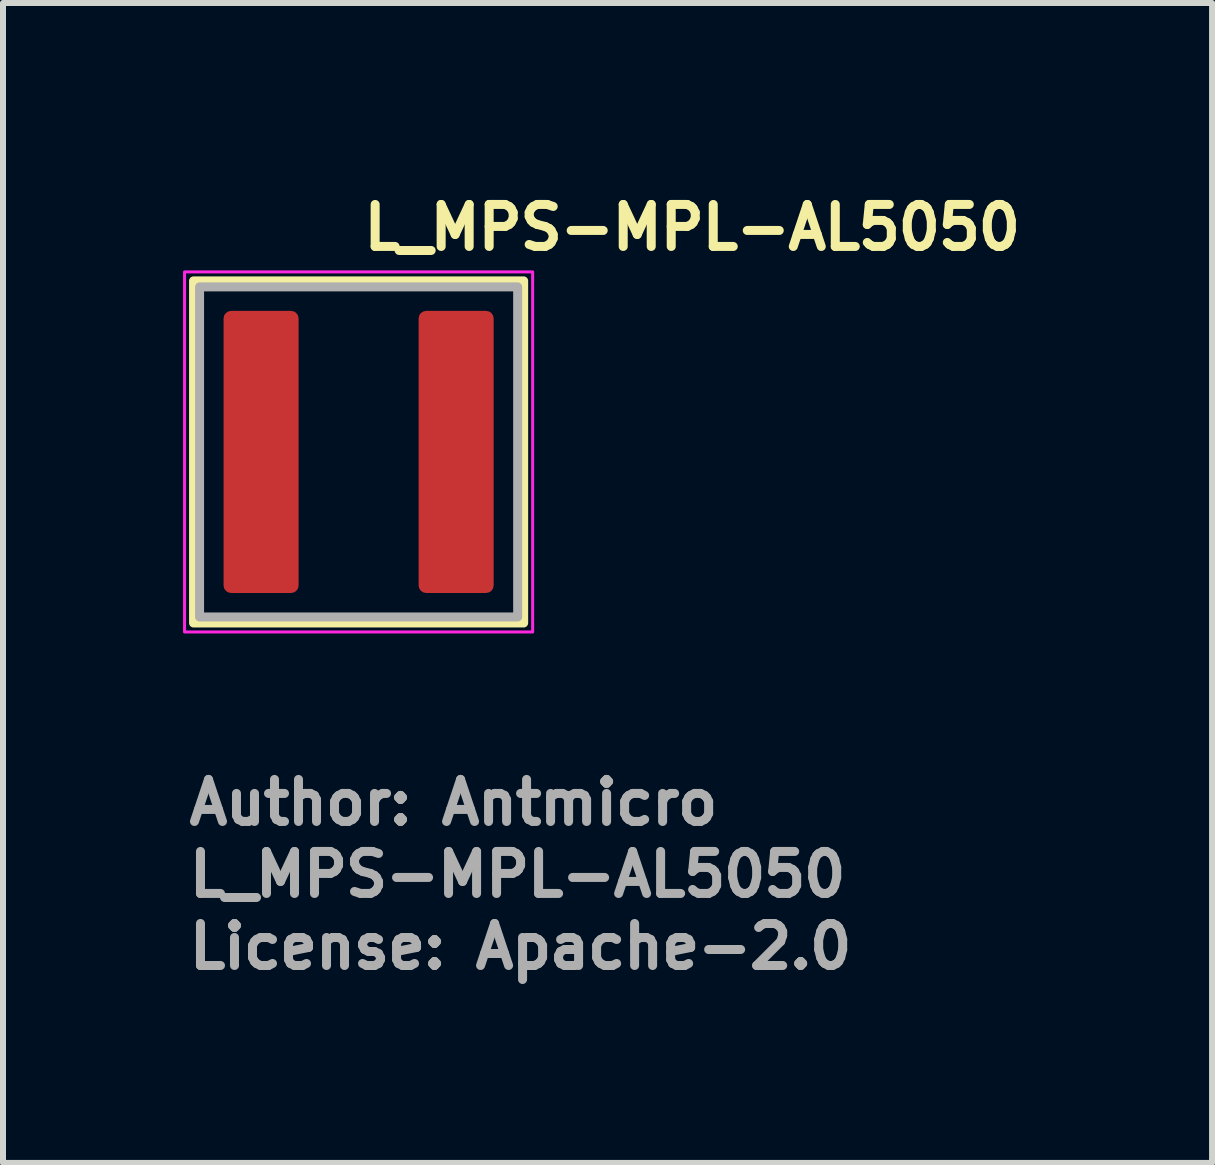
<source format=kicad_pcb>
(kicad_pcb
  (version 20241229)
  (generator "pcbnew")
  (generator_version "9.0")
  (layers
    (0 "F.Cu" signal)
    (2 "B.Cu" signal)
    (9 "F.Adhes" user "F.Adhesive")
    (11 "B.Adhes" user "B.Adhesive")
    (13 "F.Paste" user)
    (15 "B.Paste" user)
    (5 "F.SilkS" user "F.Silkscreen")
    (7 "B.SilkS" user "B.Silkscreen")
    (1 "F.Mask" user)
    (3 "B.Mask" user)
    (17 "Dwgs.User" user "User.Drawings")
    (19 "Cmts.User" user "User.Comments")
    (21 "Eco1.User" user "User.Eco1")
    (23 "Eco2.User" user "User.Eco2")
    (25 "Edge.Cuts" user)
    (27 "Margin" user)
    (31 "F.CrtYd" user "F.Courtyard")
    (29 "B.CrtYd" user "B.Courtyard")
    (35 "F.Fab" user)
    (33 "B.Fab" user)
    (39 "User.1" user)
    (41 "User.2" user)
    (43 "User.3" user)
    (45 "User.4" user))
  (footprint "L_MPS-MPL-AL5050"
    (layer "F.Cu")
    (at 2.925 4.48)
    (property "Reference" "L_MPS-MPL-AL5050" (at 0.01 -3.33 0) (layer "F.SilkS") (effects (font (size 0.7 0.7) (thickness 0.15)) (justify left bottom)))
    (attr smd)
    (fp_rect (start -2.75 -2.85) (end 2.75 2.85) (stroke (width 0.15) (type solid)) (fill no) (layer "F.SilkS"))
    (fp_rect (start -2.9 -3) (end 2.9 3) (stroke (width 0.05) (type solid)) (fill no) (layer "F.CrtYd"))
    (fp_rect (start -2.65 -2.75) (end 2.65 2.75) (stroke (width 0.15) (type solid)) (fill no) (layer "F.Fab"))
    (fp_rect (start -2.65 -2.75) (end 2.65 2.75) (stroke (width 0.1) (type solid)) (fill no) (layer "User.5"))
    (fp_line (start -2.65 -2.549) (end -2.65 2.549) (stroke (width 0.02) (type solid)) (layer "User.9"))
    (fp_line (start -2.65 2.549) (end -2.649 2.559) (stroke (width 0.02) (type solid)) (layer "User.9"))
    (fp_line (start -2.649 -2.569) (end -2.649 -2.559) (stroke (width 0.02) (type solid)) (layer "User.9"))
    (fp_line (start -2.649 -2.559) (end -2.65 -2.549) (stroke (width 0.02) (type solid)) (layer "User.9"))
    (fp_line (start -2.649 2.559) (end -2.649 2.569) (stroke (width 0.02) (type solid)) (layer "User.9"))
    (fp_line (start -2.649 2.569) (end -2.647 2.579) (stroke (width 0.02) (type solid)) (layer "User.9"))
    (fp_line (start -2.647 -2.579) (end -2.649 -2.569) (stroke (width 0.02) (type solid)) (layer "User.9"))
    (fp_line (start -2.647 2.579) (end -2.645 2.589) (stroke (width 0.02) (type solid)) (layer "User.9"))
    (fp_line (start -2.645 -2.589) (end -2.647 -2.579) (stroke (width 0.02) (type solid)) (layer "User.9"))
    (fp_line (start -2.645 2.589) (end -2.642 2.598) (stroke (width 0.02) (type solid)) (layer "User.9"))
    (fp_line (start -2.642 -2.598) (end -2.645 -2.589) (stroke (width 0.02) (type solid)) (layer "User.9"))
    (fp_line (start -2.642 2.598) (end -2.641 2.608) (stroke (width 0.02) (type solid)) (layer "User.9"))
    (fp_line (start -2.641 -2.608) (end -2.642 -2.598) (stroke (width 0.02) (type solid)) (layer "User.9"))
    (fp_line (start -2.641 2.608) (end -2.637 2.617) (stroke (width 0.02) (type solid)) (layer "User.9"))
    (fp_line (start -2.637 -2.617) (end -2.641 -2.608) (stroke (width 0.02) (type solid)) (layer "User.9"))
    (fp_line (start -2.637 2.617) (end -2.633 2.626) (stroke (width 0.02) (type solid)) (layer "User.9"))
    (fp_line (start -2.633 -2.626) (end -2.637 -2.617) (stroke (width 0.02) (type solid)) (layer "User.9"))
    (fp_line (start -2.633 2.626) (end -2.629 2.634) (stroke (width 0.02) (type solid)) (layer "User.9"))
    (fp_line (start -2.629 -2.634) (end -2.633 -2.626) (stroke (width 0.02) (type solid)) (layer "User.9"))
    (fp_line (start -2.629 2.634) (end -2.625 2.644) (stroke (width 0.02) (type solid)) (layer "User.9"))
    (fp_line (start -2.625 -2.644) (end -2.629 -2.634) (stroke (width 0.02) (type solid)) (layer "User.9"))
    (fp_line (start -2.625 2.644) (end -2.621 2.652) (stroke (width 0.02) (type solid)) (layer "User.9"))
    (fp_line (start -2.621 -2.652) (end -2.625 -2.644) (stroke (width 0.02) (type solid)) (layer "User.9"))
    (fp_line (start -2.621 2.652) (end -2.616 2.66) (stroke (width 0.02) (type solid)) (layer "User.9"))
    (fp_line (start -2.616 -2.66) (end -2.621 -2.652) (stroke (width 0.02) (type solid)) (layer "User.9"))
    (fp_line (start -2.616 2.66) (end -2.609 2.668) (stroke (width 0.02) (type solid)) (layer "User.9"))
    (fp_line (start -2.609 -2.668) (end -2.616 -2.66) (stroke (width 0.02) (type solid)) (layer "User.9"))
    (fp_line (start -2.609 2.668) (end -2.604 2.676) (stroke (width 0.02) (type solid)) (layer "User.9"))
    (fp_line (start -2.604 -2.676) (end -2.609 -2.668) (stroke (width 0.02) (type solid)) (layer "User.9"))
    (fp_line (start -2.604 2.676) (end -2.597 2.684) (stroke (width 0.02) (type solid)) (layer "User.9"))
    (fp_line (start -2.597 -2.684) (end -2.604 -2.676) (stroke (width 0.02) (type solid)) (layer "User.9"))
    (fp_line (start -2.597 2.684) (end -2.591 2.691) (stroke (width 0.02) (type solid)) (layer "User.9"))
    (fp_line (start -2.591 -2.691) (end -2.597 -2.684) (stroke (width 0.02) (type solid)) (layer "User.9"))
    (fp_line (start -2.591 -2.691) (end -2.591 -2.691) (stroke (width 0.02) (type solid)) (layer "User.9"))
    (fp_line (start -2.591 2.691) (end -2.591 2.691) (stroke (width 0.02) (type solid)) (layer "User.9"))
    (fp_line (start -2.591 2.691) (end -2.584 2.698) (stroke (width 0.02) (type solid)) (layer "User.9"))
    (fp_line (start -2.584 -2.698) (end -2.591 -2.691) (stroke (width 0.02) (type solid)) (layer "User.9"))
    (fp_line (start -2.584 2.698) (end -2.576 2.704) (stroke (width 0.02) (type solid)) (layer "User.9"))
    (fp_line (start -2.576 -2.704) (end -2.584 -2.698) (stroke (width 0.02) (type solid)) (layer "User.9"))
    (fp_line (start -2.576 2.704) (end -2.568 2.71) (stroke (width 0.02) (type solid)) (layer "User.9"))
    (fp_line (start -2.568 -2.71) (end -2.576 -2.704) (stroke (width 0.02) (type solid)) (layer "User.9"))
    (fp_line (start -2.568 2.71) (end -2.56 2.716) (stroke (width 0.02) (type solid)) (layer "User.9"))
    (fp_line (start -2.56 -2.716) (end -2.568 -2.71) (stroke (width 0.02) (type solid)) (layer "User.9"))
    (fp_line (start -2.56 2.716) (end -2.552 2.721) (stroke (width 0.02) (type solid)) (layer "User.9"))
    (fp_line (start -2.552 -2.721) (end -2.56 -2.716) (stroke (width 0.02) (type solid)) (layer "User.9"))
    (fp_line (start -2.552 2.721) (end -2.544 2.726) (stroke (width 0.02) (type solid)) (layer "User.9"))
    (fp_line (start -2.544 -2.726) (end -2.552 -2.721) (stroke (width 0.02) (type solid)) (layer "User.9"))
    (fp_line (start -2.544 2.726) (end -2.535 2.73) (stroke (width 0.02) (type solid)) (layer "User.9"))
    (fp_line (start -2.535 -2.73) (end -2.544 -2.726) (stroke (width 0.02) (type solid)) (layer "User.9"))
    (fp_line (start -2.535 2.73) (end -2.525 2.734) (stroke (width 0.02) (type solid)) (layer "User.9"))
    (fp_line (start -2.525 -2.734) (end -2.535 -2.73) (stroke (width 0.02) (type solid)) (layer "User.9"))
    (fp_line (start -2.525 2.734) (end -2.516 2.738) (stroke (width 0.02) (type solid)) (layer "User.9"))
    (fp_line (start -2.516 -2.738) (end -2.525 -2.734) (stroke (width 0.02) (type solid)) (layer "User.9"))
    (fp_line (start -2.516 2.738) (end -2.508 2.741) (stroke (width 0.02) (type solid)) (layer "User.9"))
    (fp_line (start -2.508 -2.741) (end -2.516 -2.738) (stroke (width 0.02) (type solid)) (layer "User.9"))
    (fp_line (start -2.508 2.741) (end -2.498 2.743) (stroke (width 0.02) (type solid)) (layer "User.9"))
    (fp_line (start -2.498 -2.743) (end -2.508 -2.741) (stroke (width 0.02) (type solid)) (layer "User.9"))
    (fp_line (start -2.498 2.743) (end -2.488 2.746) (stroke (width 0.02) (type solid)) (layer "User.9"))
    (fp_line (start -2.488 -2.746) (end -2.498 -2.743) (stroke (width 0.02) (type solid)) (layer "User.9"))
    (fp_line (start -2.488 2.746) (end -2.479 2.747) (stroke (width 0.02) (type solid)) (layer "User.9"))
    (fp_line (start -2.479 -2.747) (end -2.488 -2.746) (stroke (width 0.02) (type solid)) (layer "User.9"))
    (fp_line (start -2.479 2.747) (end -2.468 2.749) (stroke (width 0.02) (type solid)) (layer "User.9"))
    (fp_line (start -2.468 -2.749) (end -2.479 -2.747) (stroke (width 0.02) (type solid)) (layer "User.9"))
    (fp_line (start -2.468 2.749) (end -2.459 2.749) (stroke (width 0.02) (type solid)) (layer "User.9"))
    (fp_line (start -2.459 -2.749) (end -2.468 -2.749) (stroke (width 0.02) (type solid)) (layer "User.9"))
    (fp_line (start -2.459 2.749) (end -2.45 2.75) (stroke (width 0.02) (type solid)) (layer "User.9"))
    (fp_line (start -2.45 -2.75) (end -2.459 -2.749) (stroke (width 0.02) (type solid)) (layer "User.9"))
    (fp_line (start -2.45 2.75) (end 2.45 2.75) (stroke (width 0.02) (type solid)) (layer "User.9"))
    (fp_line (start 2.45 -2.75) (end -2.45 -2.75) (stroke (width 0.02) (type solid)) (layer "User.9"))
    (fp_line (start 2.45 2.75) (end 2.458 2.749) (stroke (width 0.02) (type solid)) (layer "User.9"))
    (fp_line (start 2.458 -2.749) (end 2.45 -2.75) (stroke (width 0.02) (type solid)) (layer "User.9"))
    (fp_line (start 2.458 2.749) (end 2.468 2.749) (stroke (width 0.02) (type solid)) (layer "User.9"))
    (fp_line (start 2.468 -2.749) (end 2.458 -2.749) (stroke (width 0.02) (type solid)) (layer "User.9"))
    (fp_line (start 2.468 2.749) (end 2.479 2.747) (stroke (width 0.02) (type solid)) (layer "User.9"))
    (fp_line (start 2.479 -2.747) (end 2.468 -2.749) (stroke (width 0.02) (type solid)) (layer "User.9"))
    (fp_line (start 2.479 2.747) (end 2.489 2.746) (stroke (width 0.02) (type solid)) (layer "User.9"))
    (fp_line (start 2.489 -2.746) (end 2.479 -2.747) (stroke (width 0.02) (type solid)) (layer "User.9"))
    (fp_line (start 2.489 2.746) (end 2.498 2.743) (stroke (width 0.02) (type solid)) (layer "User.9"))
    (fp_line (start 2.498 -2.743) (end 2.489 -2.746) (stroke (width 0.02) (type solid)) (layer "User.9"))
    (fp_line (start 2.498 2.743) (end 2.508 2.741) (stroke (width 0.02) (type solid)) (layer "User.9"))
    (fp_line (start 2.508 -2.741) (end 2.498 -2.743) (stroke (width 0.02) (type solid)) (layer "User.9"))
    (fp_line (start 2.508 2.741) (end 2.516 2.738) (stroke (width 0.02) (type solid)) (layer "User.9"))
    (fp_line (start 2.516 -2.738) (end 2.508 -2.741) (stroke (width 0.02) (type solid)) (layer "User.9"))
    (fp_line (start 2.516 2.738) (end 2.525 2.734) (stroke (width 0.02) (type solid)) (layer "User.9"))
    (fp_line (start 2.525 -2.734) (end 2.516 -2.738) (stroke (width 0.02) (type solid)) (layer "User.9"))
    (fp_line (start 2.525 2.734) (end 2.535 2.73) (stroke (width 0.02) (type solid)) (layer "User.9"))
    (fp_line (start 2.535 -2.73) (end 2.525 -2.734) (stroke (width 0.02) (type solid)) (layer "User.9"))
    (fp_line (start 2.535 2.73) (end 2.543 2.726) (stroke (width 0.02) (type solid)) (layer "User.9"))
    (fp_line (start 2.543 -2.726) (end 2.535 -2.73) (stroke (width 0.02) (type solid)) (layer "User.9"))
    (fp_line (start 2.543 2.726) (end 2.551 2.721) (stroke (width 0.02) (type solid)) (layer "User.9"))
    (fp_line (start 2.551 -2.721) (end 2.543 -2.726) (stroke (width 0.02) (type solid)) (layer "User.9"))
    (fp_line (start 2.551 2.721) (end 2.559 2.716) (stroke (width 0.02) (type solid)) (layer "User.9"))
    (fp_line (start 2.559 -2.716) (end 2.551 -2.721) (stroke (width 0.02) (type solid)) (layer "User.9"))
    (fp_line (start 2.559 2.716) (end 2.567 2.71) (stroke (width 0.02) (type solid)) (layer "User.9"))
    (fp_line (start 2.567 -2.71) (end 2.559 -2.716) (stroke (width 0.02) (type solid)) (layer "User.9"))
    (fp_line (start 2.567 2.71) (end 2.575 2.704) (stroke (width 0.02) (type solid)) (layer "User.9"))
    (fp_line (start 2.575 -2.704) (end 2.567 -2.71) (stroke (width 0.02) (type solid)) (layer "User.9"))
    (fp_line (start 2.575 2.704) (end 2.583 2.698) (stroke (width 0.02) (type solid)) (layer "User.9"))
    (fp_line (start 2.583 -2.698) (end 2.575 -2.704) (stroke (width 0.02) (type solid)) (layer "User.9"))
    (fp_line (start 2.583 2.698) (end 2.591 2.691) (stroke (width 0.02) (type solid)) (layer "User.9"))
    (fp_line (start 2.591 -2.691) (end 2.583 -2.698) (stroke (width 0.02) (type solid)) (layer "User.9"))
    (fp_line (start 2.591 -2.691) (end 2.591 -2.691) (stroke (width 0.02) (type solid)) (layer "User.9"))
    (fp_line (start 2.591 2.691) (end 2.591 2.691) (stroke (width 0.02) (type solid)) (layer "User.9"))
    (fp_line (start 2.591 2.691) (end 2.598 2.684) (stroke (width 0.02) (type solid)) (layer "User.9"))
    (fp_line (start 2.598 -2.684) (end 2.591 -2.691) (stroke (width 0.02) (type solid)) (layer "User.9"))
    (fp_line (start 2.598 2.684) (end 2.604 2.676) (stroke (width 0.02) (type solid)) (layer "User.9"))
    (fp_line (start 2.604 -2.676) (end 2.598 -2.684) (stroke (width 0.02) (type solid)) (layer "User.9"))
    (fp_line (start 2.604 2.676) (end 2.609 2.668) (stroke (width 0.02) (type solid)) (layer "User.9"))
    (fp_line (start 2.609 -2.668) (end 2.604 -2.676) (stroke (width 0.02) (type solid)) (layer "User.9"))
    (fp_line (start 2.609 2.668) (end 2.615 2.66) (stroke (width 0.02) (type solid)) (layer "User.9"))
    (fp_line (start 2.615 -2.66) (end 2.609 -2.668) (stroke (width 0.02) (type solid)) (layer "User.9"))
    (fp_line (start 2.615 2.66) (end 2.621 2.652) (stroke (width 0.02) (type solid)) (layer "User.9"))
    (fp_line (start 2.621 -2.652) (end 2.615 -2.66) (stroke (width 0.02) (type solid)) (layer "User.9"))
    (fp_line (start 2.621 2.652) (end 2.625 2.644) (stroke (width 0.02) (type solid)) (layer "User.9"))
    (fp_line (start 2.625 -2.644) (end 2.621 -2.652) (stroke (width 0.02) (type solid)) (layer "User.9"))
    (fp_line (start 2.625 2.644) (end 2.63 2.634) (stroke (width 0.02) (type solid)) (layer "User.9"))
    (fp_line (start 2.63 -2.634) (end 2.625 -2.644) (stroke (width 0.02) (type solid)) (layer "User.9"))
    (fp_line (start 2.63 2.634) (end 2.634 2.626) (stroke (width 0.02) (type solid)) (layer "User.9"))
    (fp_line (start 2.634 -2.626) (end 2.63 -2.634) (stroke (width 0.02) (type solid)) (layer "User.9"))
    (fp_line (start 2.634 2.626) (end 2.638 2.617) (stroke (width 0.02) (type solid)) (layer "User.9"))
    (fp_line (start 2.638 -2.617) (end 2.634 -2.626) (stroke (width 0.02) (type solid)) (layer "User.9"))
    (fp_line (start 2.638 2.617) (end 2.641 2.608) (stroke (width 0.02) (type solid)) (layer "User.9"))
    (fp_line (start 2.641 -2.608) (end 2.638 -2.617) (stroke (width 0.02) (type solid)) (layer "User.9"))
    (fp_line (start 2.641 2.608) (end 2.642 2.598) (stroke (width 0.02) (type solid)) (layer "User.9"))
    (fp_line (start 2.642 -2.598) (end 2.641 -2.608) (stroke (width 0.02) (type solid)) (layer "User.9"))
    (fp_line (start 2.642 2.598) (end 2.646 2.589) (stroke (width 0.02) (type solid)) (layer "User.9"))
    (fp_line (start 2.646 -2.589) (end 2.642 -2.598) (stroke (width 0.02) (type solid)) (layer "User.9"))
    (fp_line (start 2.646 2.589) (end 2.647 2.579) (stroke (width 0.02) (type solid)) (layer "User.9"))
    (fp_line (start 2.647 -2.579) (end 2.646 -2.589) (stroke (width 0.02) (type solid)) (layer "User.9"))
    (fp_line (start 2.647 2.579) (end 2.649 2.569) (stroke (width 0.02) (type solid)) (layer "User.9"))
    (fp_line (start 2.649 -2.569) (end 2.647 -2.579) (stroke (width 0.02) (type solid)) (layer "User.9"))
    (fp_line (start 2.649 -2.559) (end 2.649 -2.569) (stroke (width 0.02) (type solid)) (layer "User.9"))
    (fp_line (start 2.649 2.559) (end 2.65 2.549) (stroke (width 0.02) (type solid)) (layer "User.9"))
    (fp_line (start 2.649 2.569) (end 2.649 2.559) (stroke (width 0.02) (type solid)) (layer "User.9"))
    (fp_line (start 2.65 -2.549) (end 2.649 -2.559) (stroke (width 0.02) (type solid)) (layer "User.9"))
    (fp_line (start 2.65 2.549) (end 2.65 -2.549) (stroke (width 0.02) (type solid)) (layer "User.9"))
    (fp_text user "Author: Antmicro" (at -2.9 6.25 0) (layer "F.Fab") (effects (font (size 0.7 0.7) (thickness 0.15)) (justify left bottom)))
    (fp_text user "License: Apache-2.0" (at -2.9 8.65 0) (layer "F.Fab") (effects (font (size 0.7 0.7) (thickness 0.15)) (justify left bottom)))
    (fp_text user "${REFERENCE}" (at -2.9 7.45 0) (layer "F.Fab") (effects (font (size 0.7 0.7) (thickness 0.15)) (justify left bottom)))
    (pad "1" smd roundrect (at -1.625 0) (size 1.25 4.7) (layers "F.Cu" "F.Mask" "F.Paste") (roundrect_rratio 0.1))
    (pad "2" smd roundrect (at 1.625 0) (size 1.25 4.7) (layers "F.Cu" "F.Mask" "F.Paste") (roundrect_rratio 0.1)))
  (gr_rect
    (start -3 -3)
    (end 17.145 16.326)
    (stroke (width 0.1) (type default))
    (fill no)
    (layer "Edge.Cuts")))
</source>
